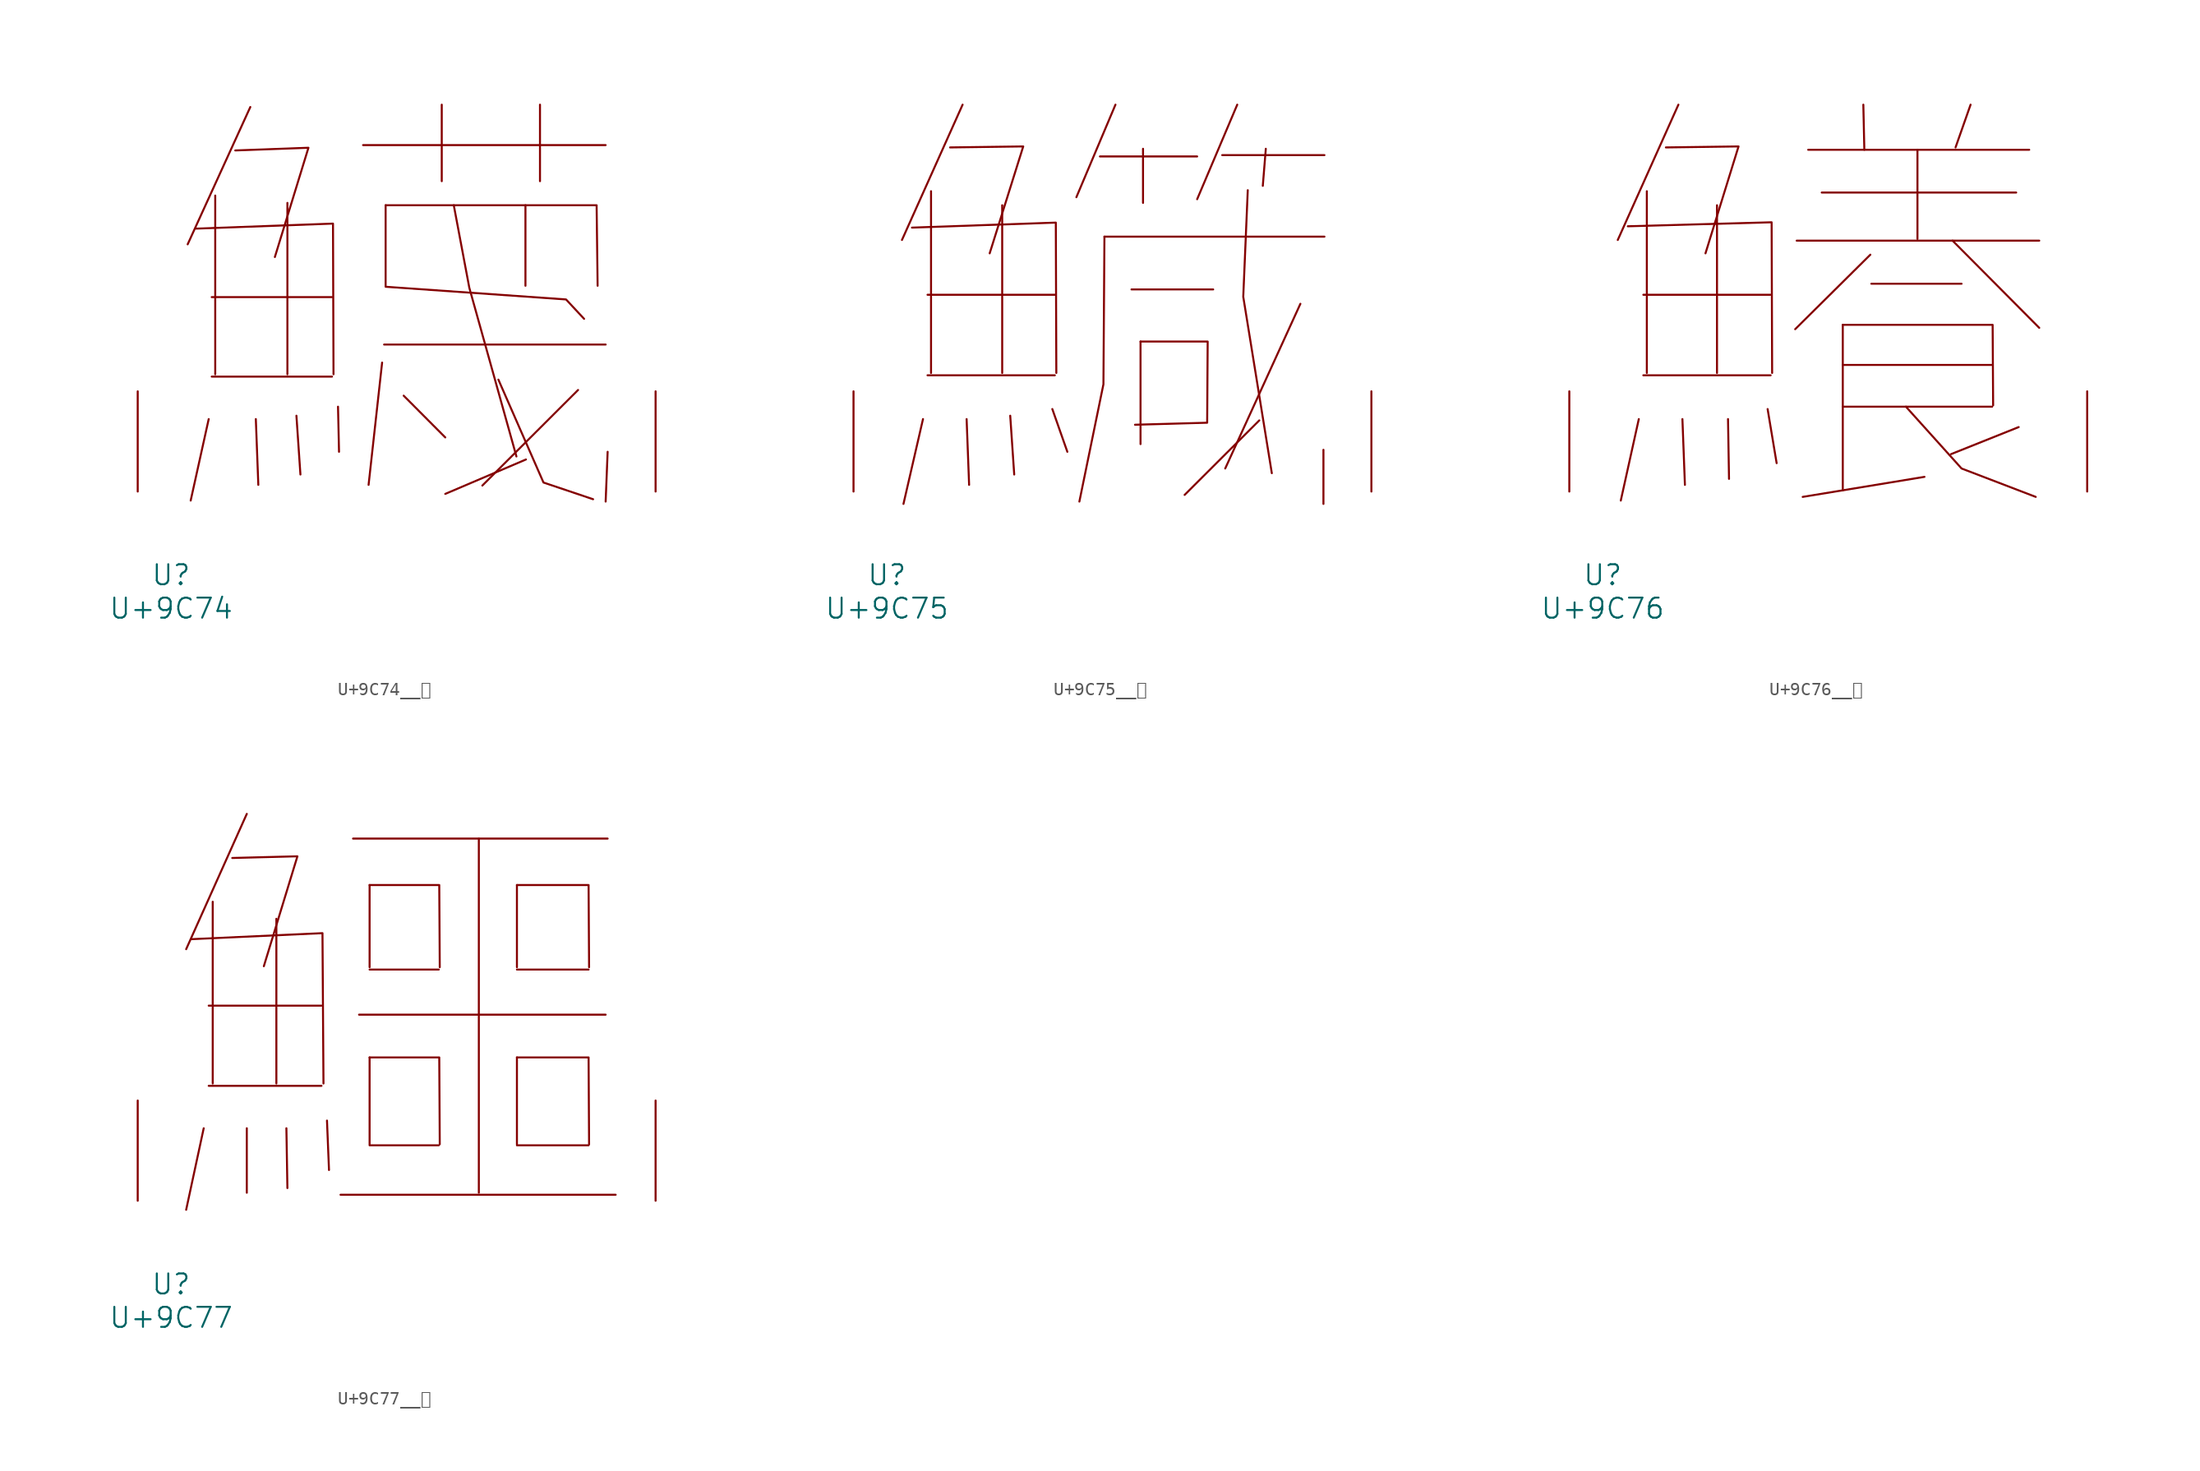
<source format=kicad_sym>
(kicad_symbol_lib
  (version 20231120)
  (generator "kicad_symbol_editor")
  (generator_version "8.0")
  (symbol "U+9C74__鱴"
    (pin_names
      (offset 1.016))
    (property "Reference" "U"
      (at 0 -6.35 0)
      (effects (font (size 1.524 1.524))))
    (property "Value" "U+9C74"
      (at 0 -8.89 0)
      (effects (font (size 1.524 1.524))))
    (symbol "U+9C74__鱴_0_1"
      (polyline (pts (xy 2.857 5.512) (xy 1.486 -0.686)) (stroke (width 0) (type solid)) (fill (type none)))
      (polyline (pts (xy 3.086 8.738) (xy 12.23 8.738)) (stroke (width 0) (type solid)) (fill (type none)))
      (polyline (pts (xy 3.086 14.783) (xy 12.23 14.783)) (stroke (width 0) (type solid)) (fill (type none)))
      (polyline (pts (xy 3.353 22.504) (xy 3.353 8.915)) (stroke (width 0) (type solid)) (fill (type none)))
      (polyline (pts (xy 6.02 29.235) (xy 1.257 18.796)) (stroke (width 0) (type solid)) (fill (type none)))
      (polyline (pts (xy 6.439 5.512) (xy 6.629 0.508)) (stroke (width 0) (type solid)) (fill (type none)))
      (polyline (pts (xy 8.839 21.946) (xy 8.839 8.915)) (stroke (width 0) (type solid)) (fill (type none)))
      (polyline (pts (xy 9.525 5.766) (xy 9.83 1.295)) (stroke (width 0) (type solid)) (fill (type none)))
      (polyline (pts (xy 12.687 6.452) (xy 12.764 3.023)) (stroke (width 0) (type solid)) (fill (type none)))
      (polyline (pts (xy 14.592 26.34) (xy 33.033 26.34)) (stroke (width 0) (type solid)) (fill (type none)))
      (polyline (pts (xy 16.04 9.804) (xy 15.011 0.508)) (stroke (width 0) (type solid)) (fill (type none)))
      (polyline (pts (xy 16.192 11.176) (xy 33.033 11.176)) (stroke (width 0) (type solid)) (fill (type none)))
      (polyline (pts (xy 17.678 7.29) (xy 20.841 4.115)) (stroke (width 0) (type solid)) (fill (type none)))
      (polyline (pts (xy 20.574 29.413) (xy 20.574 23.597)) (stroke (width 0) (type solid)) (fill (type none)))
      (polyline (pts (xy 26.937 21.768) (xy 26.937 15.646)) (stroke (width 0) (type solid)) (fill (type none)))
      (polyline (pts (xy 26.975 2.438) (xy 20.841 -0.178)) (stroke (width 0) (type solid)) (fill (type none)))
      (polyline (pts (xy 28.042 29.413) (xy 28.042 23.597)) (stroke (width 0) (type solid)) (fill (type none)))
      (polyline (pts (xy 30.937 7.722) (xy 23.66 0.457)) (stroke (width 0) (type solid)) (fill (type none)))
      (polyline (pts (xy 33.185 3.023) (xy 33.033 -0.762)) (stroke (width 0) (type solid)) (fill (type none)))
      (polyline (pts (xy 1.905 19.99) (xy 12.306 20.371) (xy 12.344 8.915)) (stroke (width 0) (type solid)) (fill (type none)))
      (polyline (pts (xy 4.877 25.933) (xy 10.439 26.137) (xy 7.887 17.831)) (stroke (width 0) (type solid)) (fill (type none)))
      (polyline (pts (xy 16.307 21.768) (xy 32.347 21.768) (xy 32.423 15.646)) (stroke (width 0) (type solid)) (fill (type none)))
      (polyline (pts (xy 21.488 21.768) (xy 22.669 15.494) (xy 26.251 2.667)) (stroke (width 0) (type solid)) (fill (type none)))
      (polyline (pts (xy 24.879 8.509) (xy 28.308 0.686) (xy 32.08 -0.584)) (stroke (width 0) (type solid)) (fill (type none)))
      (polyline (pts (xy 16.307 21.768) (xy 16.307 15.57) (xy 30.023 14.605) (xy 31.394 13.132)) (stroke (width 0) (type solid)) (fill (type none)))
      (pin input line (at -2.54 0 90) (length 7.62) (name "~" (effects (font (size 1.27 1.27)))) (number "~" (effects (font (size 1.27 1.27)))))
      (pin input line (at 36.83 0 90) (length 7.62) (name "~" (effects (font (size 1.27 1.27)))) (number "~" (effects (font (size 1.27 1.27)))))))
  (symbol "U+9C75__鱵"
    (pin_names
      (offset 1.016))
    (property "Reference" "U"
      (at 0 -6.35 0)
      (effects (font (size 1.524 1.524))))
    (property "Value" "U+9C75"
      (at 0 -8.89 0)
      (effects (font (size 1.524 1.524))))
    (symbol "U+9C75__鱵_0_1"
      (polyline (pts (xy 2.743 5.512) (xy 1.257 -0.94)) (stroke (width 0) (type solid)) (fill (type none)))
      (polyline (pts (xy 3.086 8.839) (xy 12.764 8.839)) (stroke (width 0) (type solid)) (fill (type none)))
      (polyline (pts (xy 3.086 14.961) (xy 12.764 14.961)) (stroke (width 0) (type solid)) (fill (type none)))
      (polyline (pts (xy 3.353 22.835) (xy 3.353 9.017)) (stroke (width 0) (type solid)) (fill (type none)))
      (polyline (pts (xy 5.753 29.413) (xy 1.143 19.126)) (stroke (width 0) (type solid)) (fill (type none)))
      (polyline (pts (xy 6.058 5.512) (xy 6.248 0.508)) (stroke (width 0) (type solid)) (fill (type none)))
      (polyline (pts (xy 8.763 21.768) (xy 8.763 9.017)) (stroke (width 0) (type solid)) (fill (type none)))
      (polyline (pts (xy 9.373 5.766) (xy 9.677 1.295)) (stroke (width 0) (type solid)) (fill (type none)))
      (polyline (pts (xy 12.573 6.274) (xy 13.716 3.023)) (stroke (width 0) (type solid)) (fill (type none)))
      (polyline (pts (xy 16.192 25.476) (xy 23.584 25.476)) (stroke (width 0) (type solid)) (fill (type none)))
      (polyline (pts (xy 16.535 19.38) (xy 33.261 19.38)) (stroke (width 0) (type solid)) (fill (type none)))
      (polyline (pts (xy 17.374 29.413) (xy 14.402 22.377)) (stroke (width 0) (type solid)) (fill (type none)))
      (polyline (pts (xy 18.593 15.367) (xy 24.803 15.367)) (stroke (width 0) (type solid)) (fill (type none)))
      (polyline (pts (xy 19.279 11.405) (xy 19.279 3.607)) (stroke (width 0) (type solid)) (fill (type none)))
      (polyline (pts (xy 19.469 26.06) (xy 19.469 21.946)) (stroke (width 0) (type solid)) (fill (type none)))
      (polyline (pts (xy 25.489 25.578) (xy 33.261 25.578)) (stroke (width 0) (type solid)) (fill (type none)))
      (polyline (pts (xy 26.632 29.413) (xy 23.584 22.225)) (stroke (width 0) (type solid)) (fill (type none)))
      (polyline (pts (xy 28.308 5.41) (xy 22.631 -0.254)) (stroke (width 0) (type solid)) (fill (type none)))
      (polyline (pts (xy 28.804 26.06) (xy 28.575 23.241)) (stroke (width 0) (type solid)) (fill (type none)))
      (polyline (pts (xy 31.433 14.275) (xy 25.718 1.753)) (stroke (width 0) (type solid)) (fill (type none)))
      (polyline (pts (xy 33.185 3.175) (xy 33.185 -0.94)) (stroke (width 0) (type solid)) (fill (type none)))
      (polyline (pts (xy 1.905 20.066) (xy 12.84 20.447) (xy 12.878 9.017)) (stroke (width 0) (type solid)) (fill (type none)))
      (polyline (pts (xy 4.801 26.162) (xy 10.363 26.238) (xy 7.811 18.11)) (stroke (width 0) (type solid)) (fill (type none)))
      (polyline (pts (xy 16.535 19.38) (xy 16.459 8.153) (xy 14.63 -0.762)) (stroke (width 0) (type solid)) (fill (type none)))
      (polyline (pts (xy 27.432 22.911) (xy 27.089 14.808) (xy 29.261 1.397)) (stroke (width 0) (type solid)) (fill (type none)))
      (polyline (pts (xy 19.279 11.405) (xy 24.384 11.405) (xy 24.346 5.232) (xy 18.86 5.08)) (stroke (width 0) (type solid)) (fill (type none)))
      (pin input line (at -2.54 0 90) (length 7.62) (name "~" (effects (font (size 1.27 1.27)))) (number "~" (effects (font (size 1.27 1.27)))))
      (pin input line (at 36.83 0 90) (length 7.62) (name "~" (effects (font (size 1.27 1.27)))) (number "~" (effects (font (size 1.27 1.27)))))))
  (symbol "U+9C76__鱶"
    (pin_names
      (offset 1.016))
    (property "Reference" "U"
      (at 0 -6.35 0)
      (effects (font (size 1.524 1.524))))
    (property "Value" "U+9C76"
      (at 0 -8.89 0)
      (effects (font (size 1.524 1.524))))
    (symbol "U+9C76__鱶_0_1"
      (polyline (pts (xy 2.743 5.512) (xy 1.372 -0.686)) (stroke (width 0) (type solid)) (fill (type none)))
      (polyline (pts (xy 3.086 8.839) (xy 12.764 8.839)) (stroke (width 0) (type solid)) (fill (type none)))
      (polyline (pts (xy 3.086 14.961) (xy 12.764 14.961)) (stroke (width 0) (type solid)) (fill (type none)))
      (polyline (pts (xy 3.353 22.835) (xy 3.353 9.017)) (stroke (width 0) (type solid)) (fill (type none)))
      (polyline (pts (xy 5.753 29.413) (xy 1.143 19.126)) (stroke (width 0) (type solid)) (fill (type none)))
      (polyline (pts (xy 6.058 5.512) (xy 6.248 0.508)) (stroke (width 0) (type solid)) (fill (type none)))
      (polyline (pts (xy 8.687 21.768) (xy 8.687 9.017)) (stroke (width 0) (type solid)) (fill (type none)))
      (polyline (pts (xy 9.525 5.512) (xy 9.601 0.965)) (stroke (width 0) (type solid)) (fill (type none)))
      (polyline (pts (xy 12.535 6.274) (xy 13.221 2.159)) (stroke (width 0) (type solid)) (fill (type none)))
      (polyline (pts (xy 14.745 19.075) (xy 33.185 19.075)) (stroke (width 0) (type solid)) (fill (type none)))
      (polyline (pts (xy 15.621 25.984) (xy 32.423 25.984)) (stroke (width 0) (type solid)) (fill (type none)))
      (polyline (pts (xy 16.65 22.733) (xy 31.433 22.733)) (stroke (width 0) (type solid)) (fill (type none)))
      (polyline (pts (xy 18.25 6.452) (xy 29.604 6.452)) (stroke (width 0) (type solid)) (fill (type none)))
      (polyline (pts (xy 18.25 9.627) (xy 29.604 9.627)) (stroke (width 0) (type solid)) (fill (type none)))
      (polyline (pts (xy 18.25 12.675) (xy 18.25 0.102)) (stroke (width 0) (type solid)) (fill (type none)))
      (polyline (pts (xy 19.812 29.413) (xy 19.888 25.984)) (stroke (width 0) (type solid)) (fill (type none)))
      (polyline (pts (xy 20.345 18.009) (xy 14.63 12.344)) (stroke (width 0) (type solid)) (fill (type none)))
      (polyline (pts (xy 20.422 15.799) (xy 27.28 15.799)) (stroke (width 0) (type solid)) (fill (type none)))
      (polyline (pts (xy 23.927 25.984) (xy 23.927 19.202)) (stroke (width 0) (type solid)) (fill (type none)))
      (polyline (pts (xy 24.46 1.118) (xy 15.202 -0.406)) (stroke (width 0) (type solid)) (fill (type none)))
      (polyline (pts (xy 26.594 19.075) (xy 33.185 12.446)) (stroke (width 0) (type solid)) (fill (type none)))
      (polyline (pts (xy 27.965 29.413) (xy 26.822 26.162)) (stroke (width 0) (type solid)) (fill (type none)))
      (polyline (pts (xy 31.623 4.902) (xy 26.48 2.845)) (stroke (width 0) (type solid)) (fill (type none)))
      (polyline (pts (xy 1.905 20.168) (xy 12.84 20.472) (xy 12.878 9.017)) (stroke (width 0) (type solid)) (fill (type none)))
      (polyline (pts (xy 4.801 26.162) (xy 10.325 26.238) (xy 7.811 18.11)) (stroke (width 0) (type solid)) (fill (type none)))
      (polyline (pts (xy 18.25 12.675) (xy 29.642 12.675) (xy 29.68 6.553)) (stroke (width 0) (type solid)) (fill (type none)))
      (polyline (pts (xy 23.05 6.452) (xy 27.28 1.753) (xy 32.918 -0.406)) (stroke (width 0) (type solid)) (fill (type none)))
      (pin input line (at -2.54 0 90) (length 7.62) (name "~" (effects (font (size 1.27 1.27)))) (number "~" (effects (font (size 1.27 1.27)))))
      (pin input line (at 36.83 0 90) (length 7.62) (name "~" (effects (font (size 1.27 1.27)))) (number "~" (effects (font (size 1.27 1.27)))))))
  (symbol "U+9C77__鱷"
    (pin_names
      (offset 1.016))
    (property "Reference" "U"
      (at 0 -6.35 0)
      (effects (font (size 1.524 1.524))))
    (property "Value" "U+9C77"
      (at 0 -8.89 0)
      (effects (font (size 1.524 1.524))))
    (symbol "U+9C77__鱷_0_1"
      (polyline (pts (xy 2.477 5.512) (xy 1.143 -0.686)) (stroke (width 0) (type solid)) (fill (type none)))
      (polyline (pts (xy 2.857 8.738) (xy 11.43 8.738)) (stroke (width 0) (type solid)) (fill (type none)))
      (polyline (pts (xy 2.857 14.834) (xy 11.43 14.834)) (stroke (width 0) (type solid)) (fill (type none)))
      (polyline (pts (xy 3.162 22.733) (xy 3.162 8.915)) (stroke (width 0) (type solid)) (fill (type none)))
      (polyline (pts (xy 5.753 5.512) (xy 5.753 0.61)) (stroke (width 0) (type solid)) (fill (type none)))
      (polyline (pts (xy 5.753 29.413) (xy 1.143 19.126)) (stroke (width 0) (type solid)) (fill (type none)))
      (polyline (pts (xy 8.001 21.438) (xy 8.001 8.915)) (stroke (width 0) (type solid)) (fill (type none)))
      (polyline (pts (xy 8.763 5.512) (xy 8.839 0.965)) (stroke (width 0) (type solid)) (fill (type none)))
      (polyline (pts (xy 11.849 6.096) (xy 12.002 2.337)) (stroke (width 0) (type solid)) (fill (type none)))
      (polyline (pts (xy 12.878 0.457) (xy 33.795 0.457)) (stroke (width 0) (type solid)) (fill (type none)))
      (polyline (pts (xy 13.83 27.534) (xy 33.185 27.534)) (stroke (width 0) (type solid)) (fill (type none)))
      (polyline (pts (xy 14.287 14.148) (xy 33.033 14.148)) (stroke (width 0) (type solid)) (fill (type none)))
      (polyline (pts (xy 15.088 4.216) (xy 20.345 4.216)) (stroke (width 0) (type solid)) (fill (type none)))
      (polyline (pts (xy 15.088 10.897) (xy 15.088 4.293)) (stroke (width 0) (type solid)) (fill (type none)))
      (polyline (pts (xy 15.088 17.577) (xy 20.345 17.577)) (stroke (width 0) (type solid)) (fill (type none)))
      (polyline (pts (xy 15.088 24.003) (xy 15.088 17.755)) (stroke (width 0) (type solid)) (fill (type none)))
      (polyline (pts (xy 23.393 27.534) (xy 23.393 0.61)) (stroke (width 0) (type solid)) (fill (type none)))
      (polyline (pts (xy 26.289 4.216) (xy 31.737 4.216)) (stroke (width 0) (type solid)) (fill (type none)))
      (polyline (pts (xy 26.289 10.897) (xy 26.289 4.293)) (stroke (width 0) (type solid)) (fill (type none)))
      (polyline (pts (xy 26.289 17.577) (xy 31.737 17.577)) (stroke (width 0) (type solid)) (fill (type none)))
      (polyline (pts (xy 26.289 24.003) (xy 26.289 17.755)) (stroke (width 0) (type solid)) (fill (type none)))
      (polyline (pts (xy 1.562 19.888) (xy 11.506 20.345) (xy 11.582 8.915)) (stroke (width 0) (type solid)) (fill (type none)))
      (polyline (pts (xy 4.648 26.06) (xy 9.601 26.187) (xy 7.048 17.831)) (stroke (width 0) (type solid)) (fill (type none)))
      (polyline (pts (xy 15.088 10.897) (xy 20.384 10.897) (xy 20.422 4.293)) (stroke (width 0) (type solid)) (fill (type none)))
      (polyline (pts (xy 15.088 24.003) (xy 20.384 24.003) (xy 20.422 17.755)) (stroke (width 0) (type solid)) (fill (type none)))
      (polyline (pts (xy 26.289 10.897) (xy 31.737 10.897) (xy 31.775 4.293)) (stroke (width 0) (type solid)) (fill (type none)))
      (polyline (pts (xy 26.289 24.003) (xy 31.737 24.003) (xy 31.775 17.755)) (stroke (width 0) (type solid)) (fill (type none)))
      (pin input line (at -2.54 0 90) (length 7.62) (name "~" (effects (font (size 1.27 1.27)))) (number "~" (effects (font (size 1.27 1.27)))))
      (pin input line (at 36.83 0 90) (length 7.62) (name "~" (effects (font (size 1.27 1.27)))) (number "~" (effects (font (size 1.27 1.27))))))))
</source>
